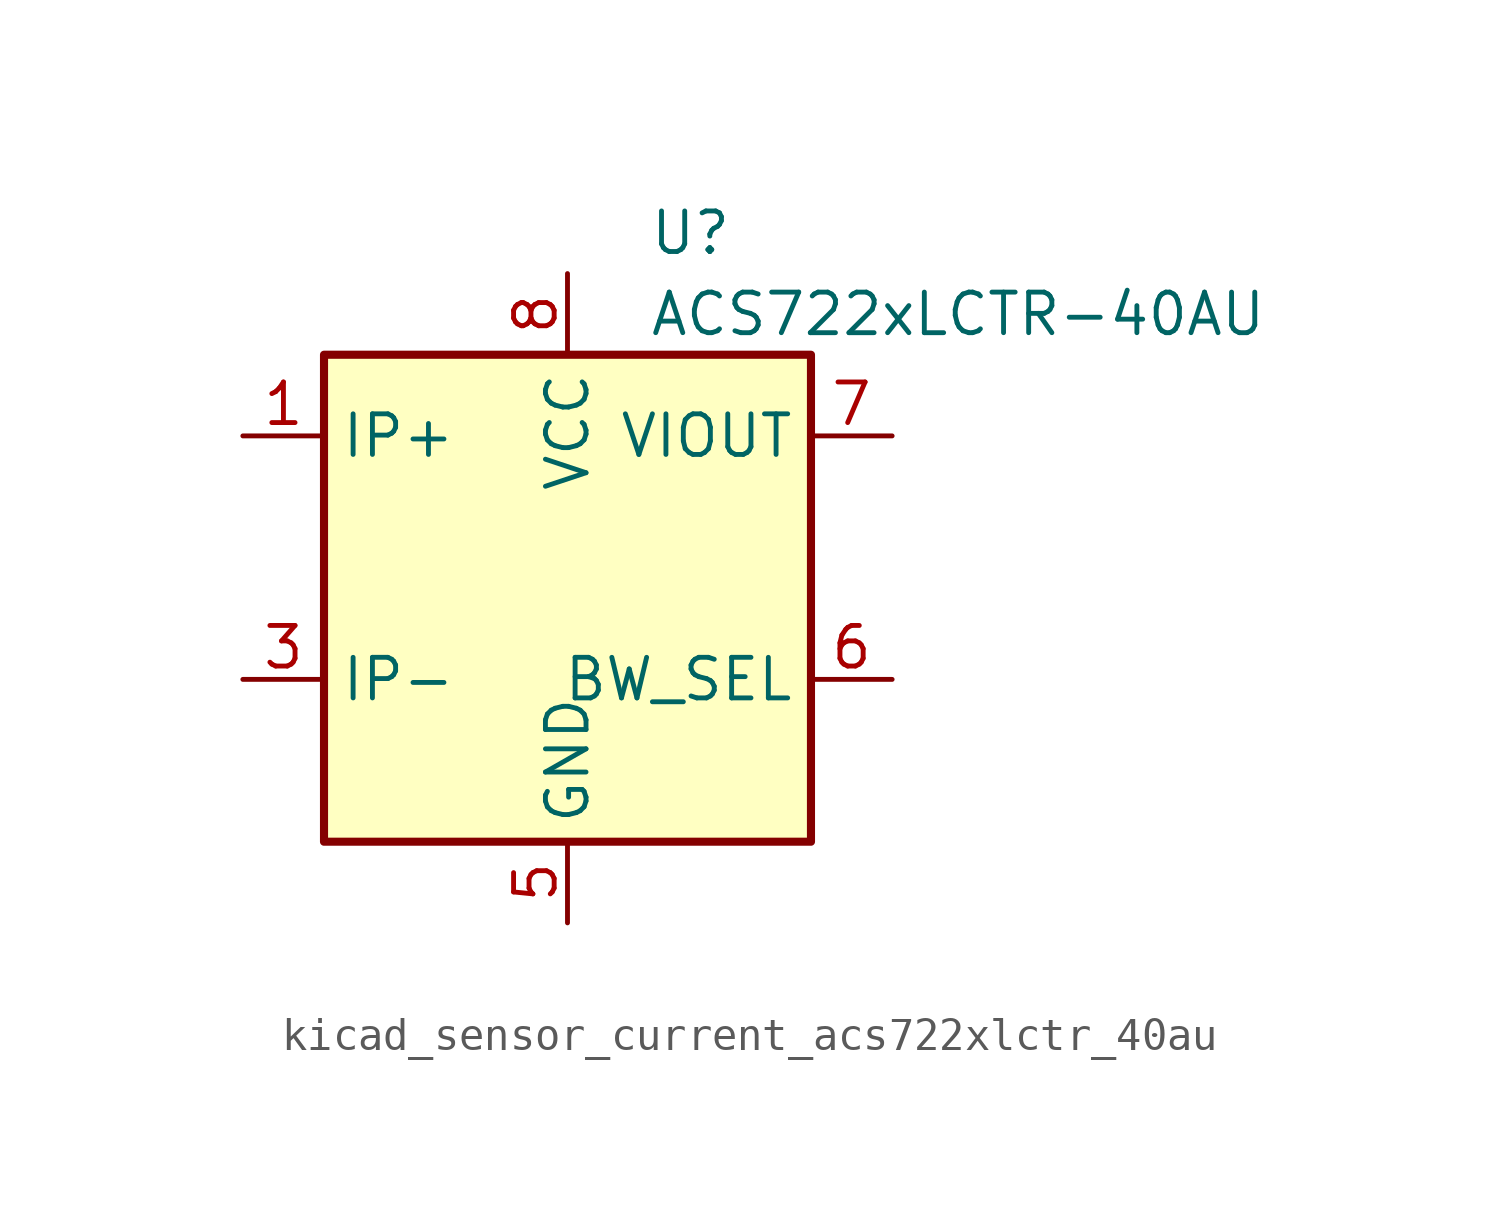
<source format=kicad_sym>
(kicad_symbol_lib
  (version 20220914)
  (generator kicad_symbol_editor)
  (symbol "kicad_sensor_current_acs722xlctr_40au"
    (property "Reference" "U"
      (at 2.54 11.43 0)
      (effects (font (size 1.27 1.27)) (justify left)))
    (property "Value" "ACS722xLCTR-40AU"
      (at 2.54 8.89 0)
      (effects (font (size 1.27 1.27)) (justify left)))
    (symbol "kicad_sensor_current_acs722xlctr_40au_0_1"
      (rectangle (start -7.62 7.62) (end 7.62 -7.62) (stroke (width 0.254) (type default)) (fill (type background))))
    (symbol "kicad_sensor_current_acs722xlctr_40au_1_1"
      (pin passive line (at -10.16 5.08 0) (length 2.54) (name "IP+" (effects (font (size 1.27 1.27)))) (number "1" (effects (font (size 1.27 1.27)))))
      (pin passive line (at -10.16 5.08 0) (length 2.54) hide (name "IP+" (effects (font (size 1.27 1.27)))) (number "2" (effects (font (size 1.27 1.27)))))
      (pin passive line (at -10.16 -2.54 0) (length 2.54) (name "IP-" (effects (font (size 1.27 1.27)))) (number "3" (effects (font (size 1.27 1.27)))))
      (pin passive line (at -10.16 -2.54 0) (length 2.54) hide (name "IP-" (effects (font (size 1.27 1.27)))) (number "4" (effects (font (size 1.27 1.27)))))
      (pin power_in line (at 0 -10.16 90) (length 2.54) (name "GND" (effects (font (size 1.27 1.27)))) (number "5" (effects (font (size 1.27 1.27)))))
      (pin input line (at 10.16 -2.54 180) (length 2.54) (name "BW_SEL" (effects (font (size 1.27 1.27)))) (number "6" (effects (font (size 1.27 1.27)))))
      (pin output line (at 10.16 5.08 180) (length 2.54) (name "VIOUT" (effects (font (size 1.27 1.27)))) (number "7" (effects (font (size 1.27 1.27)))))
      (pin power_in line (at 0 10.16 270) (length 2.54) (name "VCC" (effects (font (size 1.27 1.27)))) (number "8" (effects (font (size 1.27 1.27))))))))
</source>
